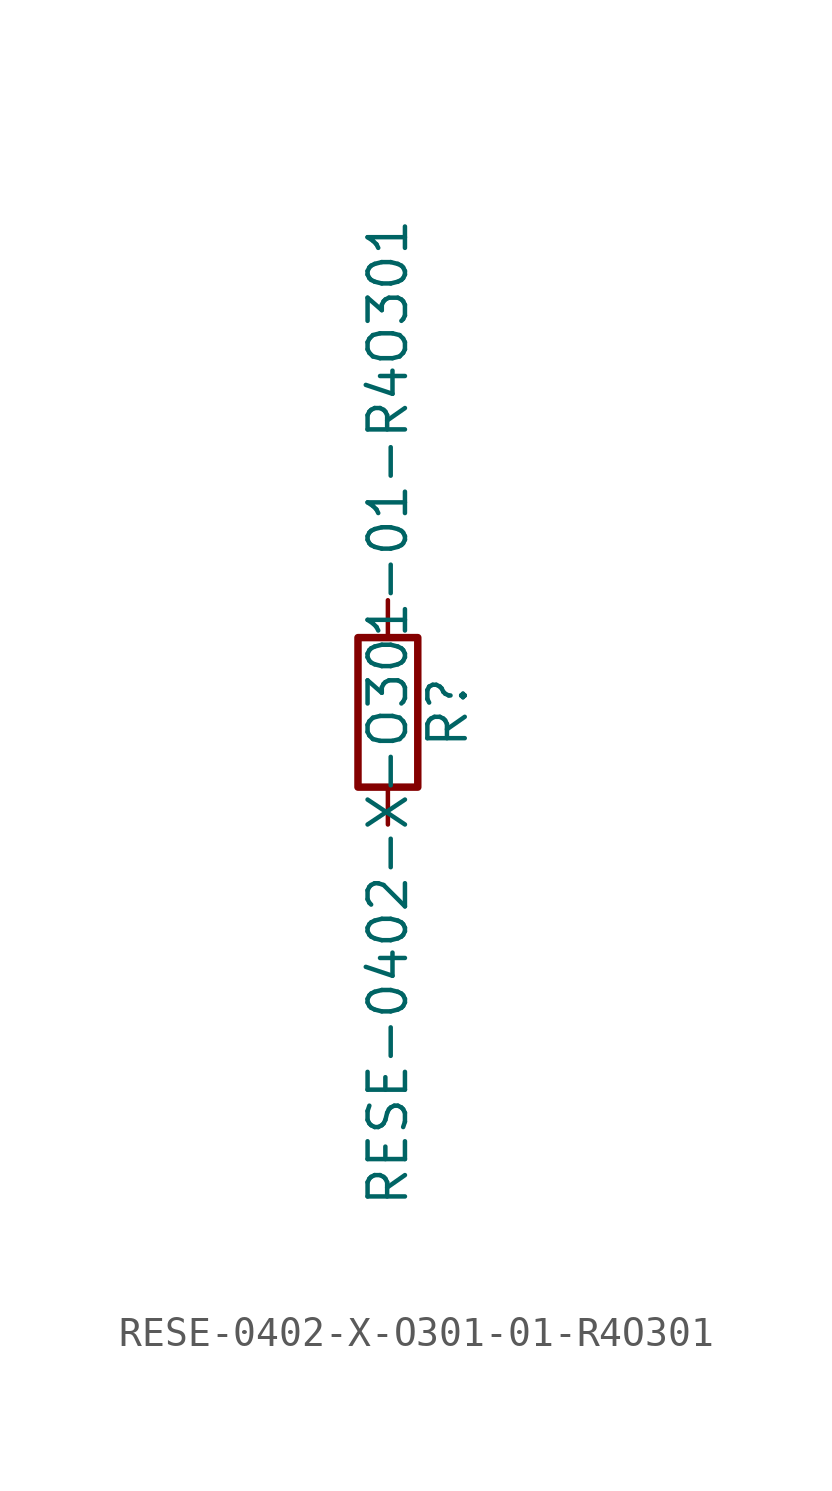
<source format=kicad_sym>
(kicad_symbol_lib
  (version 20211014)
  (generator kicad_symbol_editor)
  (symbol "RESE-0402-X-O301-01-R4O301"
    (pin_numbers hide)
    (pin_names
      (offset 0))
    (property "Reference" "R"
      (at 2.032 0 90)
      (effects (font (size 1.27 1.27))))
    (property "Value" "RESE-0402-X-O301-01-R4O301"
      (at 0 0 90)
      (effects (font (size 1.27 1.27))))
    (symbol "RESE-0402-X-O301-01-R4O301_0_1"
      (rectangle (start -1.016 -2.54) (end 1.016 2.54) (stroke (width 0.254) (type default) (color 0 0 0 0)) (fill (type none))))
    (symbol "RESE-0402-X-O301-01-R4O301_1_1"
      (pin passive line (at 0 3.81 270) (length 1.27) (name "~" (effects (font (size 1.27 1.27)))) (number "1" (effects (font (size 1.27 1.27)))))
      (pin passive line (at 0 -3.81 90) (length 1.27) (name "~" (effects (font (size 1.27 1.27)))) (number "2" (effects (font (size 1.27 1.27))))))))
</source>
